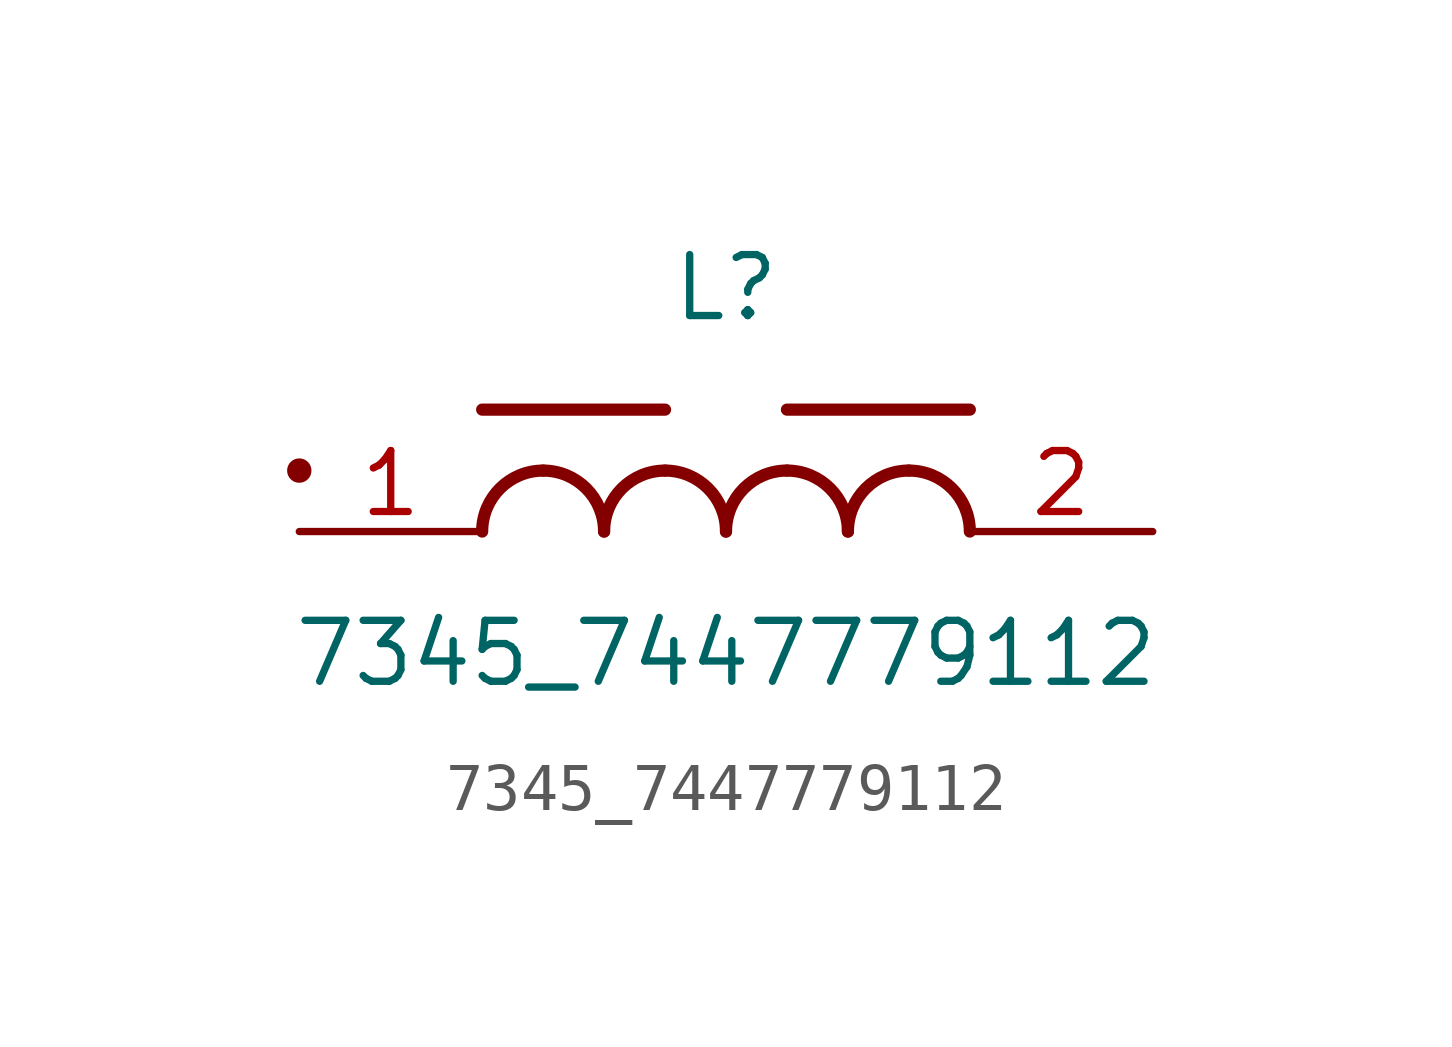
<source format=kicad_sym>
(kicad_symbol_lib
  (version 20211014)
  (generator kicad_symbol_editor)
  (symbol "Inductor_Wurth_WE-PD:7345_7447779112"
    (pin_names hide)
    (property "Reference" "L"
      (at 0 5.08 0)
      (effects (font (size 1.27 1.27))))
    (property "Value" "7345_7447779112"
      (at 0 -2.54 0)
      (effects (font (size 1.27 1.27))))
    (symbol "7345_7447779112_0_1"
      (circle (center -8.89 1.27) (radius 0.0001) (stroke (width 0.254)) (stroke (width 0.254) (type default) (color 0 0 0 0)) (fill (type none)))
      (arc (start -3.81 1.27) (mid -4.708 0.898) (end -5.08 0) (stroke (width 0.254) (type default) (color 0 0 0 0)) (fill (type none)))
      (arc (start -2.54 0) (mid -2.912 0.898) (end -3.81 1.27) (stroke (width 0.254) (type default) (color 0 0 0 0)) (fill (type none)))
      (arc (start -1.2699 1.2701) (mid -2.1679 0.8981) (end -2.5399 0.0001) (stroke (width 0.254) (type default) (color 0 0 0 0)) (fill (type none)))
      (polyline (pts (xy -5.08 2.54) (xy -1.27 2.54)) (stroke (width 0.254) (type default) (color 0 0 0 0)) (fill (type none)))
      (polyline (pts (xy 5.08 2.54) (xy 1.27 2.54)) (stroke (width 0.254) (type default) (color 0 0 0 0)) (fill (type none)))
      (arc (start 0.0001 0.0001) (mid -0.3719 0.8981) (end -1.2699 1.2701) (stroke (width 0.254) (type default) (color 0 0 0 0)) (fill (type none)))
      (arc (start 1.2701 1.2701) (mid 0.3721 0.8981) (end 0.0001 0.0001) (stroke (width 0.254) (type default) (color 0 0 0 0)) (fill (type none)))
      (arc (start 2.5401 0.0001) (mid 2.1681 0.8981) (end 1.2701 1.2701) (stroke (width 0.254) (type default) (color 0 0 0 0)) (fill (type none)))
      (arc (start 3.8101 1.2701) (mid 2.9121 0.8981) (end 2.5401 0.0001) (stroke (width 0.254) (type default) (color 0 0 0 0)) (fill (type none)))
      (arc (start 5.0801 0.0001) (mid 4.7081 0.8981) (end 3.8101 1.2701) (stroke (width 0.254) (type default) (color 0 0 0 0)) (fill (type none))))
    (symbol "7345_7447779112_1_1"
      (pin passive line (at -8.89 0 0) (length 3.81) (name "1" (effects (font (size 1.27 1.27)))) (number "1" (effects (font (size 1.27 1.27)))))
      (pin passive line (at 8.89 0 180) (length 3.81) (name "2" (effects (font (size 1.27 1.27)))) (number "2" (effects (font (size 1.27 1.27))))))))
</source>
